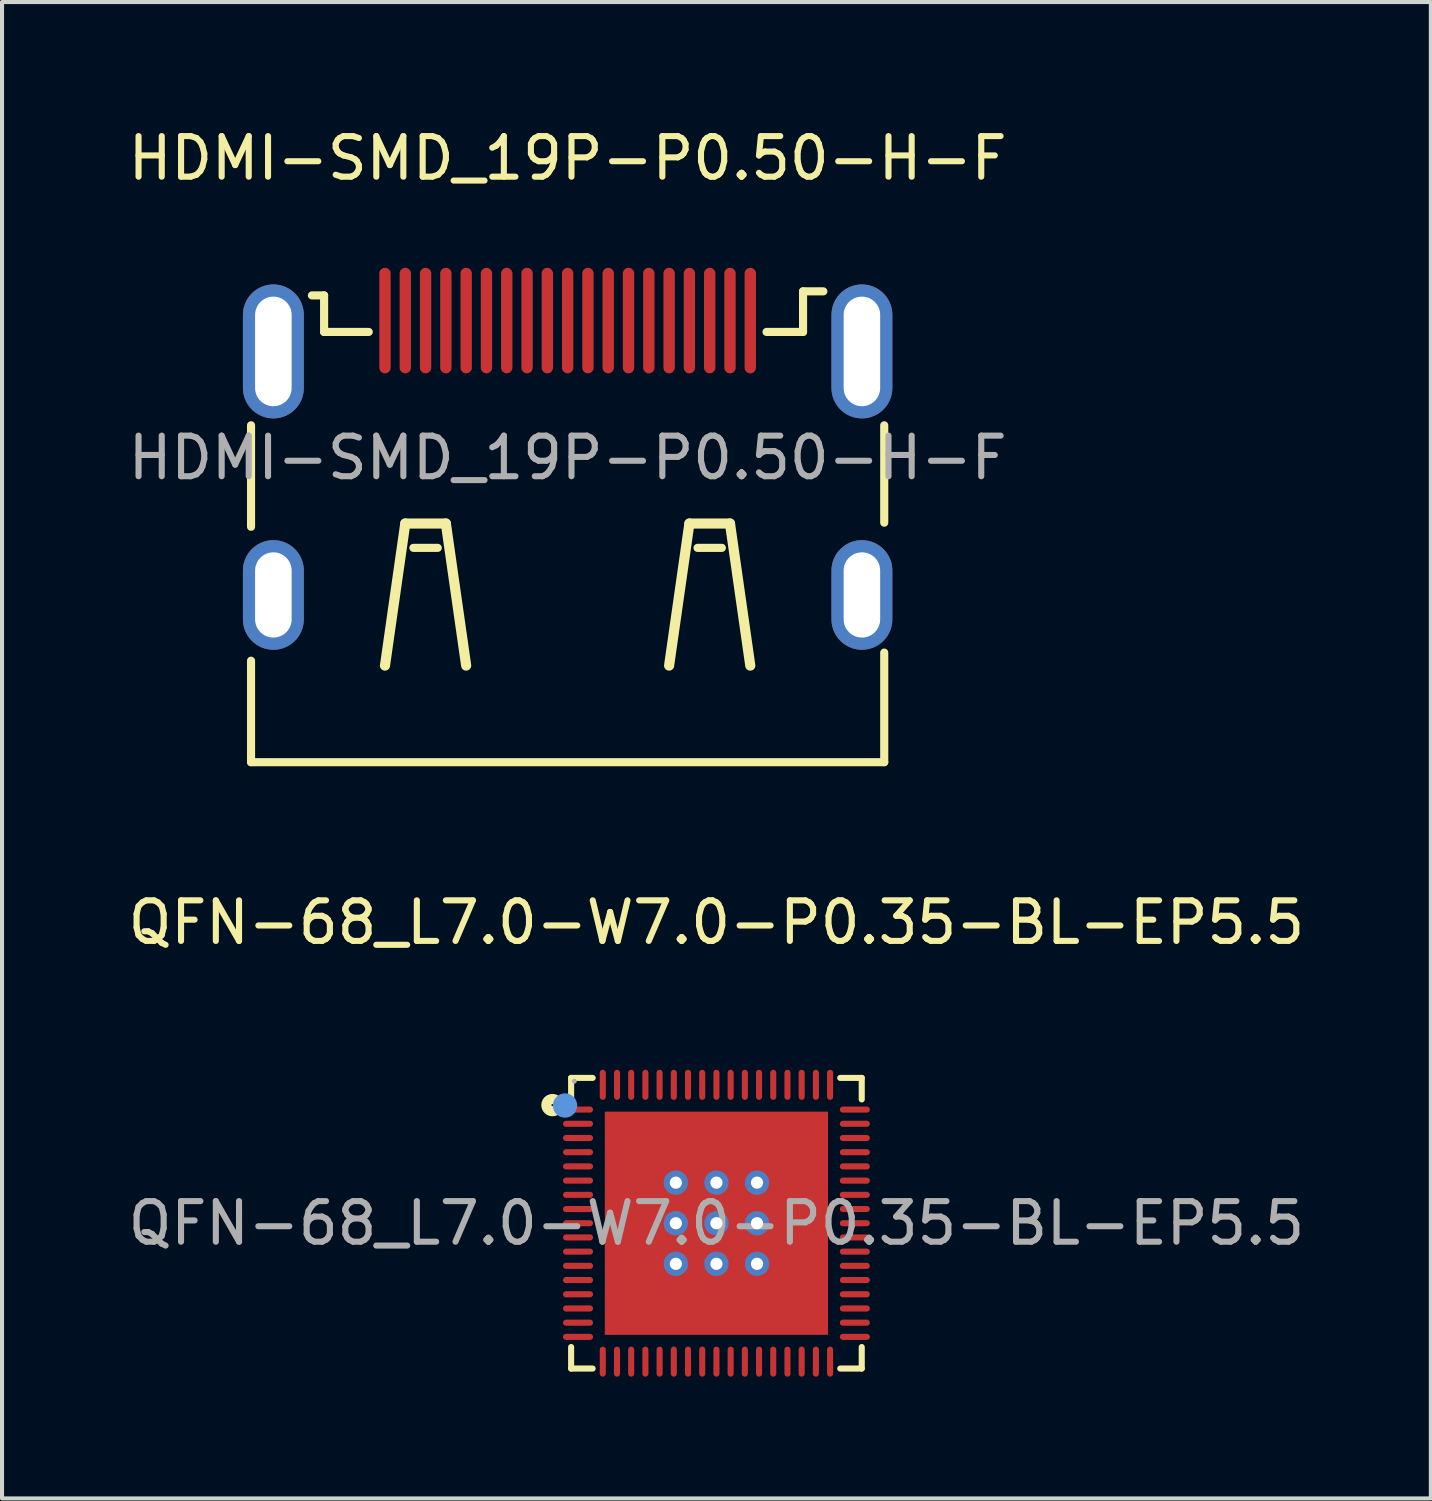
<source format=kicad_pcb>
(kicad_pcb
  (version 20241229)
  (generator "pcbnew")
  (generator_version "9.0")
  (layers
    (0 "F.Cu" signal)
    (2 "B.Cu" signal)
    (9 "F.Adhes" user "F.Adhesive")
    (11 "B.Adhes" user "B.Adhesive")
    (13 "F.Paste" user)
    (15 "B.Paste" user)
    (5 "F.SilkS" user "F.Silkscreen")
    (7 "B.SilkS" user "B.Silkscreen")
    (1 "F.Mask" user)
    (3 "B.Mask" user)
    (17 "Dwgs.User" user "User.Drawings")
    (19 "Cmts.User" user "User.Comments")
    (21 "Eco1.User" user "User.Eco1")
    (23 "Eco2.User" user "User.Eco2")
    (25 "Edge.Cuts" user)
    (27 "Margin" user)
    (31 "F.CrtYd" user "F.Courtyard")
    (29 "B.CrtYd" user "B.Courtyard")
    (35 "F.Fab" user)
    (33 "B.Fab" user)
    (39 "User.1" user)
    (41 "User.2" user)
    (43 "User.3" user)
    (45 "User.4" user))
  (footprint "QFN-68_L7.0-W7.0-P0.35-BL-EP5.5"
    (layer "F.Cu")
    (at 14.601 27.087)
    (property "Reference" "QFN-68_L7.0-W7.0-P0.35-BL-EP5.5" (at 0 -7.41 0) (layer "F.SilkS") (effects (font (size 1 1) (thickness 0.15))))
    (attr smd)
    (fp_line (start -3.58 -3.58) (end -3.05 -3.58) (stroke (width 0.15) (type solid)) (layer "F.SilkS"))
    (fp_line (start -3.58 -3.05) (end -3.58 -3.58) (stroke (width 0.15) (type solid)) (layer "F.SilkS"))
    (fp_line (start -3.58 3.05) (end -3.58 3.58) (stroke (width 0.15) (type solid)) (layer "F.SilkS"))
    (fp_line (start -3.58 3.58) (end -3.05 3.58) (stroke (width 0.15) (type solid)) (layer "F.SilkS"))
    (fp_line (start 3.58 -3.58) (end 3.05 -3.58) (stroke (width 0.15) (type solid)) (layer "F.SilkS"))
    (fp_line (start 3.58 -3.05) (end 3.58 -3.58) (stroke (width 0.15) (type solid)) (layer "F.SilkS"))
    (fp_line (start 3.58 3.05) (end 3.58 3.58) (stroke (width 0.15) (type solid)) (layer "F.SilkS"))
    (fp_line (start 3.58 3.58) (end 3.05 3.58) (stroke (width 0.15) (type solid)) (layer "F.SilkS"))
    (fp_circle (center -4.04 -2.91) (end -3.89 -2.91) (stroke (width 0.25) (type solid)) (fill no) (layer "F.SilkS"))
    (fp_circle (center -3.73 -2.9) (end -3.58 -2.9) (stroke (width 0.3) (type solid)) (fill no) (layer "Cmts.User"))
    (fp_circle (center -3.5 -3.5) (end -3.47 -3.5) (stroke (width 0.06) (type solid)) (fill no) (layer "F.Fab"))
    (fp_text user "${REFERENCE}" (at 0 0 0) (layer "F.Fab") (effects (font (size 1 1) (thickness 0.15))))
    (pad "" thru_hole circle (at -1 -1) (size 0.6 0.6) (drill 0.3) (layers "*.Cu" "*.Paste" "*.Mask"))
    (pad "" thru_hole circle (at -1 0) (size 0.6 0.6) (drill 0.3) (layers "*.Cu" "*.Paste" "*.Mask"))
    (pad "" thru_hole circle (at -1 1) (size 0.6 0.6) (drill 0.3) (layers "*.Cu" "*.Paste" "*.Mask"))
    (pad "" thru_hole circle (at 0 -1) (size 0.6 0.6) (drill 0.3) (layers "*.Cu" "*.Paste" "*.Mask"))
    (pad "" thru_hole circle (at 0 0) (size 0.6 0.6) (drill 0.3) (layers "*.Cu" "*.Paste" "*.Mask"))
    (pad "" thru_hole circle (at 0 1) (size 0.6 0.6) (drill 0.3) (layers "*.Cu" "*.Paste" "*.Mask"))
    (pad "" thru_hole circle (at 1 -1) (size 0.6 0.6) (drill 0.3) (layers "*.Cu" "*.Paste" "*.Mask"))
    (pad "" thru_hole circle (at 1 0) (size 0.6 0.6) (drill 0.3) (layers "*.Cu" "*.Paste" "*.Mask"))
    (pad "" thru_hole circle (at 1 1) (size 0.6 0.6) (drill 0.3) (layers "*.Cu" "*.Paste" "*.Mask"))
    (pad "1" smd oval (at -3.41 -2.8) (size 0.74 0.15) (layers "F.Cu" "F.Mask" "F.Paste"))
    (pad "2" smd oval (at -3.41 -2.45) (size 0.74 0.15) (layers "F.Cu" "F.Mask" "F.Paste"))
    (pad "3" smd oval (at -3.41 -2.1) (size 0.74 0.15) (layers "F.Cu" "F.Mask" "F.Paste"))
    (pad "4" smd oval (at -3.41 -1.75) (size 0.74 0.15) (layers "F.Cu" "F.Mask" "F.Paste"))
    (pad "5" smd oval (at -3.41 -1.4) (size 0.74 0.15) (layers "F.Cu" "F.Mask" "F.Paste"))
    (pad "6" smd oval (at -3.41 -1.05) (size 0.74 0.15) (layers "F.Cu" "F.Mask" "F.Paste"))
    (pad "7" smd oval (at -3.41 -0.7) (size 0.74 0.15) (layers "F.Cu" "F.Mask" "F.Paste"))
    (pad "8" smd oval (at -3.41 -0.35) (size 0.74 0.15) (layers "F.Cu" "F.Mask" "F.Paste"))
    (pad "9" smd oval (at -3.41 0) (size 0.74 0.15) (layers "F.Cu" "F.Mask" "F.Paste"))
    (pad "10" smd oval (at -3.41 0.35) (size 0.74 0.15) (layers "F.Cu" "F.Mask" "F.Paste"))
    (pad "11" smd oval (at -3.41 0.7) (size 0.74 0.15) (layers "F.Cu" "F.Mask" "F.Paste"))
    (pad "12" smd oval (at -3.41 1.05) (size 0.74 0.15) (layers "F.Cu" "F.Mask" "F.Paste"))
    (pad "13" smd oval (at -3.41 1.4) (size 0.74 0.15) (layers "F.Cu" "F.Mask" "F.Paste"))
    (pad "14" smd oval (at -3.41 1.75) (size 0.74 0.15) (layers "F.Cu" "F.Mask" "F.Paste"))
    (pad "15" smd oval (at -3.41 2.1) (size 0.74 0.15) (layers "F.Cu" "F.Mask" "F.Paste"))
    (pad "16" smd oval (at -3.41 2.45) (size 0.74 0.15) (layers "F.Cu" "F.Mask" "F.Paste"))
    (pad "17" smd oval (at -3.41 2.8) (size 0.74 0.15) (layers "F.Cu" "F.Mask" "F.Paste"))
    (pad "18" smd oval (at -2.8 3.41) (size 0.15 0.74) (layers "F.Cu" "F.Mask" "F.Paste"))
    (pad "19" smd oval (at -2.45 3.41) (size 0.15 0.74) (layers "F.Cu" "F.Mask" "F.Paste"))
    (pad "20" smd oval (at -2.1 3.41) (size 0.15 0.74) (layers "F.Cu" "F.Mask" "F.Paste"))
    (pad "21" smd oval (at -1.75 3.41) (size 0.15 0.74) (layers "F.Cu" "F.Mask" "F.Paste"))
    (pad "22" smd oval (at -1.4 3.41) (size 0.15 0.74) (layers "F.Cu" "F.Mask" "F.Paste"))
    (pad "23" smd oval (at -1.05 3.41) (size 0.15 0.74) (layers "F.Cu" "F.Mask" "F.Paste"))
    (pad "24" smd oval (at -0.7 3.41) (size 0.15 0.74) (layers "F.Cu" "F.Mask" "F.Paste"))
    (pad "25" smd oval (at -0.35 3.41) (size 0.15 0.74) (layers "F.Cu" "F.Mask" "F.Paste"))
    (pad "26" smd oval (at 0 3.41) (size 0.15 0.74) (layers "F.Cu" "F.Mask" "F.Paste"))
    (pad "27" smd oval (at 0.35 3.41) (size 0.15 0.74) (layers "F.Cu" "F.Mask" "F.Paste"))
    (pad "28" smd oval (at 0.7 3.41) (size 0.15 0.74) (layers "F.Cu" "F.Mask" "F.Paste"))
    (pad "29" smd oval (at 1.05 3.41) (size 0.15 0.74) (layers "F.Cu" "F.Mask" "F.Paste"))
    (pad "30" smd oval (at 1.4 3.41) (size 0.15 0.74) (layers "F.Cu" "F.Mask" "F.Paste"))
    (pad "31" smd oval (at 1.75 3.41) (size 0.15 0.74) (layers "F.Cu" "F.Mask" "F.Paste"))
    (pad "32" smd oval (at 2.1 3.41) (size 0.15 0.74) (layers "F.Cu" "F.Mask" "F.Paste"))
    (pad "33" smd oval (at 2.45 3.41) (size 0.15 0.74) (layers "F.Cu" "F.Mask" "F.Paste"))
    (pad "34" smd oval (at 2.8 3.41) (size 0.15 0.74) (layers "F.Cu" "F.Mask" "F.Paste"))
    (pad "35" smd oval (at 3.41 2.8) (size 0.74 0.15) (layers "F.Cu" "F.Mask" "F.Paste"))
    (pad "36" smd oval (at 3.41 2.45) (size 0.74 0.15) (layers "F.Cu" "F.Mask" "F.Paste"))
    (pad "37" smd oval (at 3.41 2.1) (size 0.74 0.15) (layers "F.Cu" "F.Mask" "F.Paste"))
    (pad "38" smd oval (at 3.41 1.75) (size 0.74 0.15) (layers "F.Cu" "F.Mask" "F.Paste"))
    (pad "39" smd oval (at 3.41 1.4) (size 0.74 0.15) (layers "F.Cu" "F.Mask" "F.Paste"))
    (pad "40" smd oval (at 3.41 1.05) (size 0.74 0.15) (layers "F.Cu" "F.Mask" "F.Paste"))
    (pad "41" smd oval (at 3.41 0.7) (size 0.74 0.15) (layers "F.Cu" "F.Mask" "F.Paste"))
    (pad "42" smd oval (at 3.41 0.35) (size 0.74 0.15) (layers "F.Cu" "F.Mask" "F.Paste"))
    (pad "43" smd oval (at 3.41 0) (size 0.74 0.15) (layers "F.Cu" "F.Mask" "F.Paste"))
    (pad "44" smd oval (at 3.41 -0.35) (size 0.74 0.15) (layers "F.Cu" "F.Mask" "F.Paste"))
    (pad "45" smd oval (at 3.41 -0.7) (size 0.74 0.15) (layers "F.Cu" "F.Mask" "F.Paste"))
    (pad "46" smd oval (at 3.41 -1.05) (size 0.74 0.15) (layers "F.Cu" "F.Mask" "F.Paste"))
    (pad "47" smd oval (at 3.41 -1.4) (size 0.74 0.15) (layers "F.Cu" "F.Mask" "F.Paste"))
    (pad "48" smd oval (at 3.41 -1.75) (size 0.74 0.15) (layers "F.Cu" "F.Mask" "F.Paste"))
    (pad "49" smd oval (at 3.41 -2.1) (size 0.74 0.15) (layers "F.Cu" "F.Mask" "F.Paste"))
    (pad "50" smd oval (at 3.41 -2.45) (size 0.74 0.15) (layers "F.Cu" "F.Mask" "F.Paste"))
    (pad "51" smd oval (at 3.41 -2.8) (size 0.74 0.15) (layers "F.Cu" "F.Mask" "F.Paste"))
    (pad "52" smd oval (at 2.8 -3.41) (size 0.15 0.74) (layers "F.Cu" "F.Mask" "F.Paste"))
    (pad "53" smd oval (at 2.45 -3.41) (size 0.15 0.74) (layers "F.Cu" "F.Mask" "F.Paste"))
    (pad "54" smd oval (at 2.1 -3.41) (size 0.15 0.74) (layers "F.Cu" "F.Mask" "F.Paste"))
    (pad "55" smd oval (at 1.75 -3.41) (size 0.15 0.74) (layers "F.Cu" "F.Mask" "F.Paste"))
    (pad "56" smd oval (at 1.4 -3.41) (size 0.15 0.74) (layers "F.Cu" "F.Mask" "F.Paste"))
    (pad "57" smd oval (at 1.05 -3.41) (size 0.15 0.74) (layers "F.Cu" "F.Mask" "F.Paste"))
    (pad "58" smd oval (at 0.7 -3.41) (size 0.15 0.74) (layers "F.Cu" "F.Mask" "F.Paste"))
    (pad "59" smd oval (at 0.35 -3.41) (size 0.15 0.74) (layers "F.Cu" "F.Mask" "F.Paste"))
    (pad "60" smd oval (at 0 -3.41) (size 0.15 0.74) (layers "F.Cu" "F.Mask" "F.Paste"))
    (pad "61" smd oval (at -0.35 -3.41) (size 0.15 0.74) (layers "F.Cu" "F.Mask" "F.Paste"))
    (pad "62" smd oval (at -0.7 -3.41) (size 0.15 0.74) (layers "F.Cu" "F.Mask" "F.Paste"))
    (pad "63" smd oval (at -1.05 -3.41) (size 0.15 0.74) (layers "F.Cu" "F.Mask" "F.Paste"))
    (pad "64" smd oval (at -1.4 -3.41) (size 0.15 0.74) (layers "F.Cu" "F.Mask" "F.Paste"))
    (pad "65" smd oval (at -1.75 -3.41) (size 0.15 0.74) (layers "F.Cu" "F.Mask" "F.Paste"))
    (pad "66" smd oval (at -2.1 -3.41) (size 0.15 0.74) (layers "F.Cu" "F.Mask" "F.Paste"))
    (pad "67" smd oval (at -2.45 -3.41) (size 0.15 0.74) (layers "F.Cu" "F.Mask" "F.Paste"))
    (pad "68" smd oval (at -2.8 -3.41) (size 0.15 0.74) (layers "F.Cu" "F.Mask" "F.Paste"))
    (pad "69" smd rect (at 0 0) (size 5.5 5.5) (layers "F.Cu" "F.Mask" "F.Paste")))
  (footprint "HDMI-SMD_19P-P0.50-H-F"
    (layer "F.Cu")
    (at 10.935 8.228)
    (property "Reference" "HDMI-SMD_19P-P0.50-H-F" (at 0 -7.38 0) (layer "F.SilkS") (effects (font (size 1 1) (thickness 0.15))))
    (attr smd)
    (fp_line (start -7.8 -0.8) (end -7.8 1.7) (stroke (width 0.2) (type solid)) (layer "F.SilkS"))
    (fp_line (start -7.8 5) (end -7.8 7.5) (stroke (width 0.2) (type solid)) (layer "F.SilkS"))
    (fp_line (start -7.8 7.5) (end 7.8 7.5) (stroke (width 0.2) (type solid)) (layer "F.SilkS"))
    (fp_line (start -6 -4) (end -6.3 -4) (stroke (width 0.2) (type solid)) (layer "F.SilkS"))
    (fp_line (start -6 -3.1) (end -6 -4) (stroke (width 0.2) (type solid)) (layer "F.SilkS"))
    (fp_line (start -4.9 -3.1) (end -6 -3.1) (stroke (width 0.2) (type solid)) (layer "F.SilkS"))
    (fp_line (start -4 1.62) (end -4.5 5.12) (stroke (width 0.25) (type solid)) (layer "F.SilkS"))
    (fp_line (start -3.2 2.22) (end -3.8 2.22) (stroke (width 0.2) (type solid)) (layer "F.SilkS"))
    (fp_line (start -3 1.62) (end -4 1.62) (stroke (width 0.25) (type solid)) (layer "F.SilkS"))
    (fp_line (start -2.5 5.12) (end -3 1.62) (stroke (width 0.25) (type solid)) (layer "F.SilkS"))
    (fp_line (start 2.5 5.12) (end 3 1.62) (stroke (width 0.25) (type solid)) (layer "F.SilkS"))
    (fp_line (start 3 1.62) (end 4 1.62) (stroke (width 0.25) (type solid)) (layer "F.SilkS"))
    (fp_line (start 3.2 2.22) (end 3.8 2.22) (stroke (width 0.2) (type solid)) (layer "F.SilkS"))
    (fp_line (start 4 1.62) (end 4.5 5.12) (stroke (width 0.25) (type solid)) (layer "F.SilkS"))
    (fp_line (start 4.9 -3.1) (end 5.8 -3.1) (stroke (width 0.2) (type solid)) (layer "F.SilkS"))
    (fp_line (start 5.8 -4.1) (end 6.3 -4.1) (stroke (width 0.2) (type solid)) (layer "F.SilkS"))
    (fp_line (start 5.8 -3.1) (end 5.8 -4.1) (stroke (width 0.2) (type solid)) (layer "F.SilkS"))
    (fp_line (start 7.8 -0.8) (end 7.8 1.6) (stroke (width 0.2) (type solid)) (layer "F.SilkS"))
    (fp_line (start 7.8 7.5) (end 7.8 4.8) (stroke (width 0.2) (type solid)) (layer "F.SilkS"))
    (fp_circle (center 7.4 -3.7) (end 7.5 -3.7) (stroke (width 0.2) (type solid)) (fill no) (layer "F.Fab"))
    (fp_text user "${REFERENCE}" (at 0 0 0) (layer "F.Fab") (effects (font (size 1 1) (thickness 0.15))))
    (pad "1" smd oval (at 4.5 -3.38) (size 0.28 2.6) (layers "F.Cu" "F.Mask" "F.Paste"))
    (pad "2" smd oval (at 4 -3.38) (size 0.28 2.6) (layers "F.Cu" "F.Mask" "F.Paste"))
    (pad "3" smd oval (at 3.5 -3.38) (size 0.28 2.6) (layers "F.Cu" "F.Mask" "F.Paste"))
    (pad "4" smd oval (at 3 -3.38) (size 0.28 2.6) (layers "F.Cu" "F.Mask" "F.Paste"))
    (pad "5" smd oval (at 2.5 -3.38) (size 0.28 2.6) (layers "F.Cu" "F.Mask" "F.Paste"))
    (pad "6" smd oval (at 2 -3.38) (size 0.28 2.6) (layers "F.Cu" "F.Mask" "F.Paste"))
    (pad "7" smd oval (at 1.5 -3.38) (size 0.28 2.6) (layers "F.Cu" "F.Mask" "F.Paste"))
    (pad "8" smd oval (at 1 -3.38) (size 0.28 2.6) (layers "F.Cu" "F.Mask" "F.Paste"))
    (pad "9" smd oval (at 0.5 -3.38) (size 0.28 2.6) (layers "F.Cu" "F.Mask" "F.Paste"))
    (pad "10" smd oval (at 0 -3.38) (size 0.28 2.6) (layers "F.Cu" "F.Mask" "F.Paste"))
    (pad "11" smd oval (at -0.5 -3.38) (size 0.28 2.6) (layers "F.Cu" "F.Mask" "F.Paste"))
    (pad "12" smd oval (at -1 -3.38) (size 0.28 2.6) (layers "F.Cu" "F.Mask" "F.Paste"))
    (pad "13" smd oval (at -1.5 -3.38) (size 0.28 2.6) (layers "F.Cu" "F.Mask" "F.Paste"))
    (pad "14" smd oval (at -2 -3.38) (size 0.28 2.6) (layers "F.Cu" "F.Mask" "F.Paste"))
    (pad "15" smd oval (at -2.5 -3.38) (size 0.28 2.6) (layers "F.Cu" "F.Mask" "F.Paste"))
    (pad "16" smd oval (at -3 -3.38) (size 0.28 2.6) (layers "F.Cu" "F.Mask" "F.Paste"))
    (pad "17" smd oval (at -3.5 -3.38) (size 0.28 2.6) (layers "F.Cu" "F.Mask" "F.Paste"))
    (pad "18" smd oval (at -4 -3.38) (size 0.28 2.6) (layers "F.Cu" "F.Mask" "F.Paste"))
    (pad "19" smd oval (at -4.5 -3.38) (size 0.28 2.6) (layers "F.Cu" "F.Mask" "F.Paste"))
    (pad "20" thru_hole oval (at 7.25 3.38) (size 1.5 2.7) (drill oval 0.9 2.1) (layers "*.Cu" "*.Mask"))
    (pad "21" thru_hole oval (at -7.25 3.38) (size 1.5 2.7) (drill oval 0.9 2.1) (layers "*.Cu" "*.Mask"))
    (pad "22" thru_hole oval (at 7.25 -2.62) (size 1.5 3.3) (drill oval 0.9 2.7) (layers "*.Cu" "*.Mask"))
    (pad "23" thru_hole oval (at -7.25 -2.62) (size 1.5 3.3) (drill oval 0.9 2.7) (layers "*.Cu" "*.Mask")))
  (gr_rect
    (start -3 -3)
    (end 32.202 33.867)
    (stroke (width 0.1) (type default))
    (fill no)
    (layer "Edge.Cuts")))
</source>
